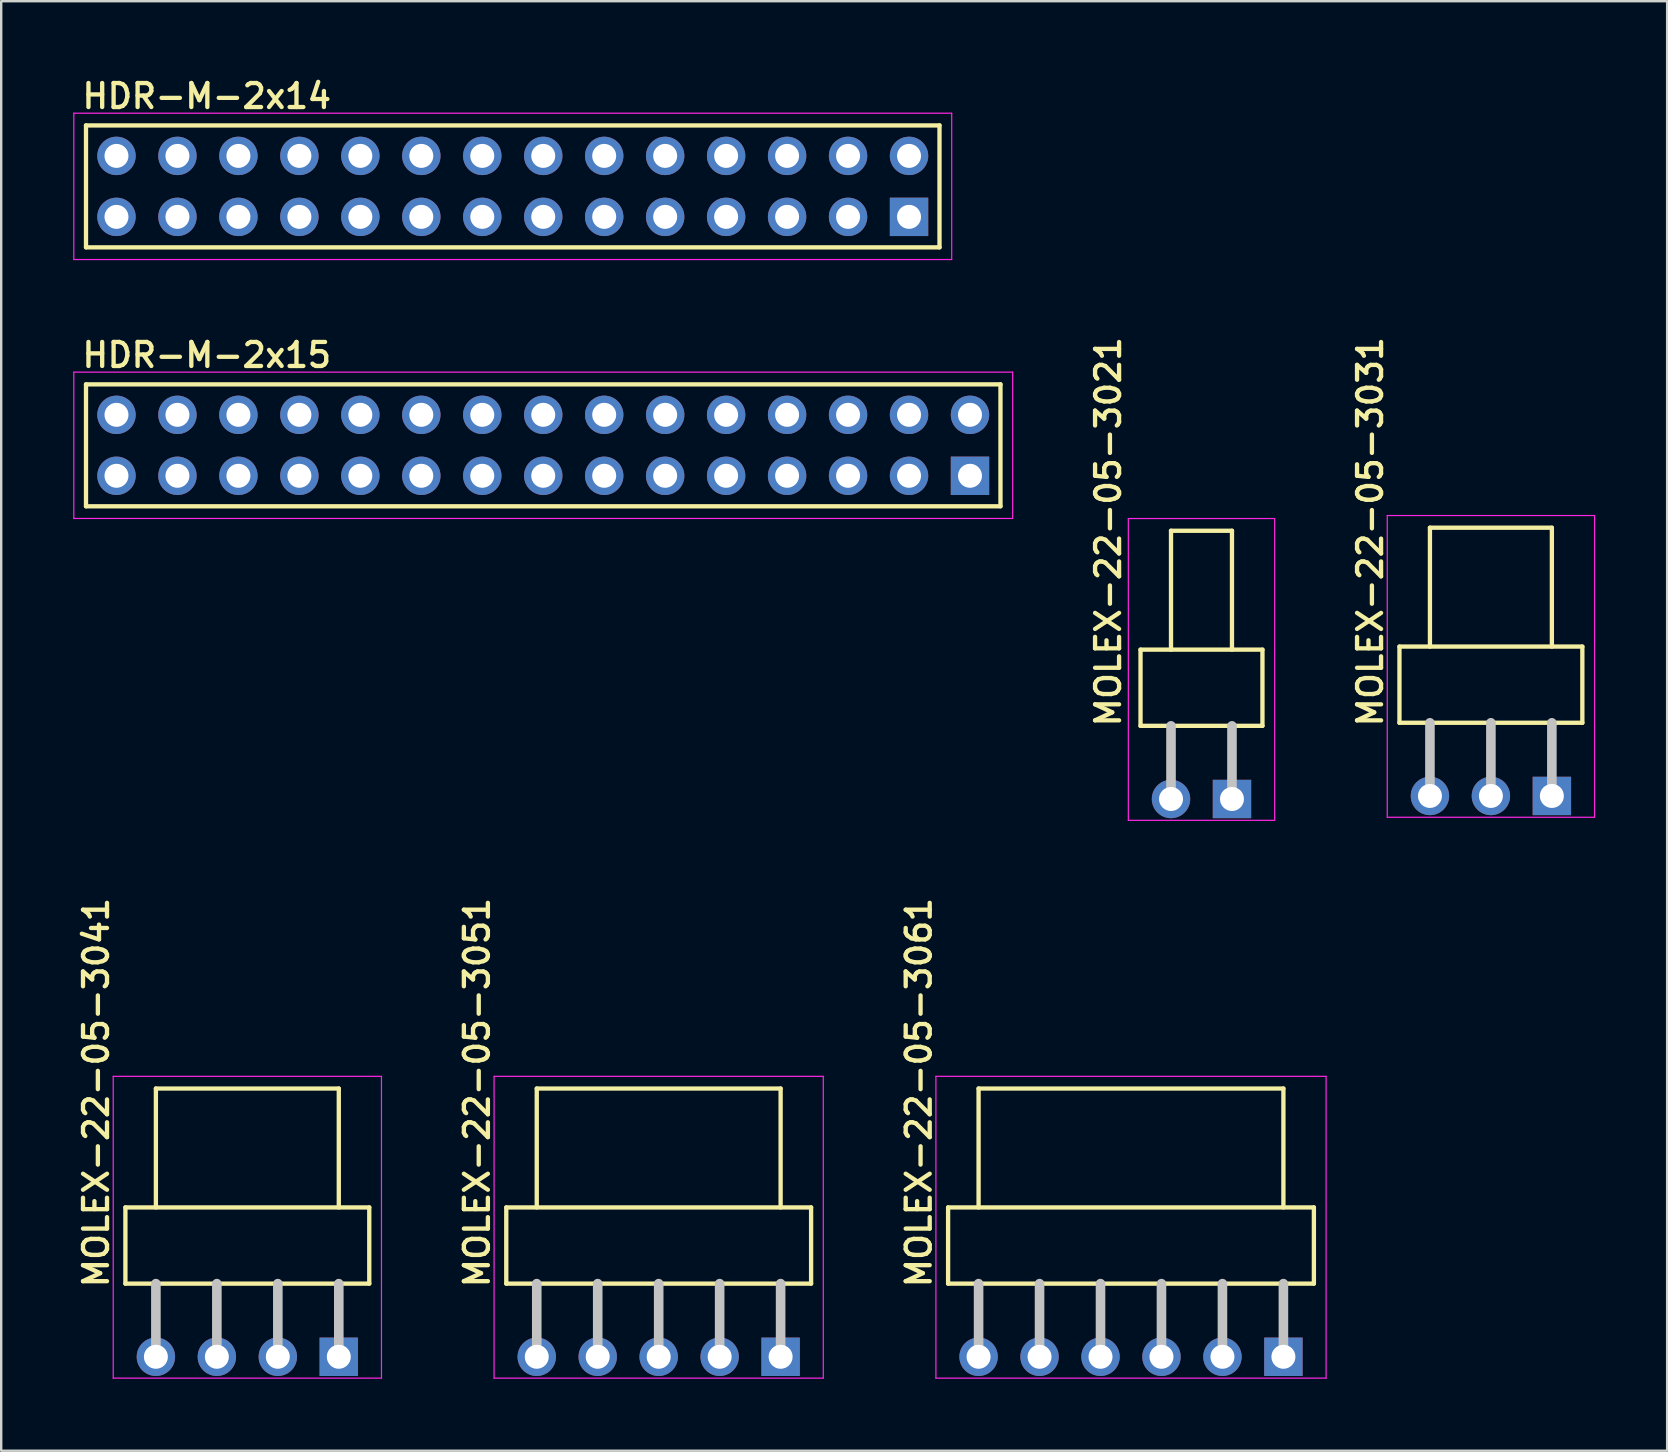
<source format=kicad_pcb>
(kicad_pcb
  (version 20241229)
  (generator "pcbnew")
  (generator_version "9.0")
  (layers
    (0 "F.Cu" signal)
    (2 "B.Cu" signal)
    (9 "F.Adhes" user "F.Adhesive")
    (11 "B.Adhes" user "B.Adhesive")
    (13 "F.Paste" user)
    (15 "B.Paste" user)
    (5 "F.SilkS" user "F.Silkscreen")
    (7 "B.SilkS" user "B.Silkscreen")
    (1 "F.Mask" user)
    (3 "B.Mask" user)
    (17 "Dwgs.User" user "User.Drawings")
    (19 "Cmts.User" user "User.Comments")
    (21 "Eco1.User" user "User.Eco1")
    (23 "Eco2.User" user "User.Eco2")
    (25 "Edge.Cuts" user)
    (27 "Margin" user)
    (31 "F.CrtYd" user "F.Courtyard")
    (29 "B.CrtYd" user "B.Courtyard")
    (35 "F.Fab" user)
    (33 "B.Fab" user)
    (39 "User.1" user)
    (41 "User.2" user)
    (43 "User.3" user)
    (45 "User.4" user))
  (footprint "HDR-M-2x15"
    (layer "F.Cu")
    (at 19.583 15.503)
    (property "Reference" "HDR-M-2x15" (at -19.304 -3.175 0) (layer "F.SilkS") (effects (font (size 1 1) (thickness 0.18)) (justify left bottom)))
    (attr through_hole)
    (fp_line (start -19.05 -2.54) (end 19.05 -2.54) (stroke (width 0.18) (type solid)) (layer "F.SilkS"))
    (fp_line (start -19.05 2.54) (end -19.05 -2.54) (stroke (width 0.18) (type solid)) (layer "F.SilkS"))
    (fp_line (start 19.05 -2.54) (end 19.05 2.54) (stroke (width 0.18) (type solid)) (layer "F.SilkS"))
    (fp_line (start 19.05 2.54) (end -19.05 2.54) (stroke (width 0.18) (type solid)) (layer "F.SilkS"))
    (fp_line (start -19.558 -3.048) (end 19.558 -3.048) (stroke (width 0.05) (type solid)) (layer "F.CrtYd"))
    (fp_line (start -19.558 3.048) (end -19.558 -3.048) (stroke (width 0.05) (type solid)) (layer "F.CrtYd"))
    (fp_line (start 19.558 -3.048) (end 19.558 3.048) (stroke (width 0.05) (type solid)) (layer "F.CrtYd"))
    (fp_line (start 19.558 3.048) (end -19.558 3.048) (stroke (width 0.05) (type solid)) (layer "F.CrtYd"))
    (pad "1" thru_hole rect (at 17.78 1.27) (size 1.6 1.6) (drill 1) (layers "*.Cu" "*.Mask"))
    (pad "2" thru_hole circle (at 17.78 -1.27) (size 1.6 1.6) (drill 1) (layers "*.Cu" "*.Mask"))
    (pad "3" thru_hole circle (at 15.24 1.27) (size 1.6 1.6) (drill 1) (layers "*.Cu" "*.Mask"))
    (pad "4" thru_hole circle (at 15.24 -1.27) (size 1.6 1.6) (drill 1) (layers "*.Cu" "*.Mask"))
    (pad "5" thru_hole circle (at 12.7 1.27) (size 1.6 1.6) (drill 1) (layers "*.Cu" "*.Mask"))
    (pad "6" thru_hole circle (at 12.7 -1.27) (size 1.6 1.6) (drill 1) (layers "*.Cu" "*.Mask"))
    (pad "7" thru_hole circle (at 10.16 1.27) (size 1.6 1.6) (drill 1) (layers "*.Cu" "*.Mask"))
    (pad "8" thru_hole circle (at 10.16 -1.27) (size 1.6 1.6) (drill 1) (layers "*.Cu" "*.Mask"))
    (pad "9" thru_hole circle (at 7.62 1.27) (size 1.6 1.6) (drill 1) (layers "*.Cu" "*.Mask"))
    (pad "10" thru_hole circle (at 7.62 -1.27) (size 1.6 1.6) (drill 1) (layers "*.Cu" "*.Mask"))
    (pad "11" thru_hole circle (at 5.08 1.27) (size 1.6 1.6) (drill 1) (layers "*.Cu" "*.Mask"))
    (pad "12" thru_hole circle (at 5.08 -1.27) (size 1.6 1.6) (drill 1) (layers "*.Cu" "*.Mask"))
    (pad "13" thru_hole circle (at 2.54 1.27) (size 1.6 1.6) (drill 1) (layers "*.Cu" "*.Mask"))
    (pad "14" thru_hole circle (at 2.54 -1.27) (size 1.6 1.6) (drill 1) (layers "*.Cu" "*.Mask"))
    (pad "15" thru_hole circle (at 0 1.27) (size 1.6 1.6) (drill 1) (layers "*.Cu" "*.Mask"))
    (pad "16" thru_hole circle (at 0 -1.27) (size 1.6 1.6) (drill 1) (layers "*.Cu" "*.Mask"))
    (pad "17" thru_hole circle (at -2.54 1.27) (size 1.6 1.6) (drill 1) (layers "*.Cu" "*.Mask"))
    (pad "18" thru_hole circle (at -2.54 -1.27) (size 1.6 1.6) (drill 1) (layers "*.Cu" "*.Mask"))
    (pad "19" thru_hole circle (at -5.08 1.27) (size 1.6 1.6) (drill 1) (layers "*.Cu" "*.Mask"))
    (pad "20" thru_hole circle (at -5.08 -1.27) (size 1.6 1.6) (drill 1) (layers "*.Cu" "*.Mask"))
    (pad "21" thru_hole circle (at -7.62 1.27) (size 1.6 1.6) (drill 1) (layers "*.Cu" "*.Mask"))
    (pad "22" thru_hole circle (at -7.62 -1.27) (size 1.6 1.6) (drill 1) (layers "*.Cu" "*.Mask"))
    (pad "23" thru_hole circle (at -10.16 1.27) (size 1.6 1.6) (drill 1) (layers "*.Cu" "*.Mask"))
    (pad "24" thru_hole circle (at -10.16 -1.27) (size 1.6 1.6) (drill 1) (layers "*.Cu" "*.Mask"))
    (pad "25" thru_hole circle (at -12.7 1.27) (size 1.6 1.6) (drill 1) (layers "*.Cu" "*.Mask"))
    (pad "26" thru_hole circle (at -12.7 -1.27) (size 1.6 1.6) (drill 1) (layers "*.Cu" "*.Mask"))
    (pad "27" thru_hole circle (at -15.24 1.27) (size 1.6 1.6) (drill 1) (layers "*.Cu" "*.Mask"))
    (pad "28" thru_hole circle (at -15.24 -1.27) (size 1.6 1.6) (drill 1) (layers "*.Cu" "*.Mask"))
    (pad "29" thru_hole circle (at -17.78 1.27) (size 1.6 1.6) (drill 1) (layers "*.Cu" "*.Mask"))
    (pad "30" thru_hole circle (at -17.78 -1.27) (size 1.6 1.6) (drill 1) (layers "*.Cu" "*.Mask")))
  (footprint "HDR-M-2x14"
    (layer "F.Cu")
    (at 18.313 4.715)
    (property "Reference" "HDR-M-2x14" (at -18.034 -3.175 0) (layer "F.SilkS") (effects (font (size 1 1) (thickness 0.18)) (justify left bottom)))
    (attr through_hole)
    (fp_line (start -17.78 -2.54) (end 17.78 -2.54) (stroke (width 0.18) (type solid)) (layer "F.SilkS"))
    (fp_line (start -17.78 2.54) (end -17.78 -2.54) (stroke (width 0.18) (type solid)) (layer "F.SilkS"))
    (fp_line (start 17.78 -2.54) (end 17.78 2.54) (stroke (width 0.18) (type solid)) (layer "F.SilkS"))
    (fp_line (start 17.78 2.54) (end -17.78 2.54) (stroke (width 0.18) (type solid)) (layer "F.SilkS"))
    (fp_line (start -18.288 -3.048) (end 18.288 -3.048) (stroke (width 0.05) (type solid)) (layer "F.CrtYd"))
    (fp_line (start -18.288 3.048) (end -18.288 -3.048) (stroke (width 0.05) (type solid)) (layer "F.CrtYd"))
    (fp_line (start 18.288 -3.048) (end 18.288 3.048) (stroke (width 0.05) (type solid)) (layer "F.CrtYd"))
    (fp_line (start 18.288 3.048) (end -18.288 3.048) (stroke (width 0.05) (type solid)) (layer "F.CrtYd"))
    (pad "1" thru_hole rect (at 16.51 1.27) (size 1.6 1.6) (drill 1) (layers "*.Cu" "*.Mask"))
    (pad "2" thru_hole circle (at 16.51 -1.27) (size 1.6 1.6) (drill 1) (layers "*.Cu" "*.Mask"))
    (pad "3" thru_hole circle (at 13.97 1.27) (size 1.6 1.6) (drill 1) (layers "*.Cu" "*.Mask"))
    (pad "4" thru_hole circle (at 13.97 -1.27) (size 1.6 1.6) (drill 1) (layers "*.Cu" "*.Mask"))
    (pad "5" thru_hole circle (at 11.43 1.27) (size 1.6 1.6) (drill 1) (layers "*.Cu" "*.Mask"))
    (pad "6" thru_hole circle (at 11.43 -1.27) (size 1.6 1.6) (drill 1) (layers "*.Cu" "*.Mask"))
    (pad "7" thru_hole circle (at 8.89 1.27) (size 1.6 1.6) (drill 1) (layers "*.Cu" "*.Mask"))
    (pad "8" thru_hole circle (at 8.89 -1.27) (size 1.6 1.6) (drill 1) (layers "*.Cu" "*.Mask"))
    (pad "9" thru_hole circle (at 6.35 1.27) (size 1.6 1.6) (drill 1) (layers "*.Cu" "*.Mask"))
    (pad "10" thru_hole circle (at 6.35 -1.27) (size 1.6 1.6) (drill 1) (layers "*.Cu" "*.Mask"))
    (pad "11" thru_hole circle (at 3.81 1.27) (size 1.6 1.6) (drill 1) (layers "*.Cu" "*.Mask"))
    (pad "12" thru_hole circle (at 3.81 -1.27) (size 1.6 1.6) (drill 1) (layers "*.Cu" "*.Mask"))
    (pad "13" thru_hole circle (at 1.27 1.27) (size 1.6 1.6) (drill 1) (layers "*.Cu" "*.Mask"))
    (pad "14" thru_hole circle (at 1.27 -1.27) (size 1.6 1.6) (drill 1) (layers "*.Cu" "*.Mask"))
    (pad "15" thru_hole circle (at -1.27 1.27) (size 1.6 1.6) (drill 1) (layers "*.Cu" "*.Mask"))
    (pad "16" thru_hole circle (at -1.27 -1.27) (size 1.6 1.6) (drill 1) (layers "*.Cu" "*.Mask"))
    (pad "17" thru_hole circle (at -3.81 1.27) (size 1.6 1.6) (drill 1) (layers "*.Cu" "*.Mask"))
    (pad "18" thru_hole circle (at -3.81 -1.27) (size 1.6 1.6) (drill 1) (layers "*.Cu" "*.Mask"))
    (pad "19" thru_hole circle (at -6.35 1.27) (size 1.6 1.6) (drill 1) (layers "*.Cu" "*.Mask"))
    (pad "20" thru_hole circle (at -6.35 -1.27) (size 1.6 1.6) (drill 1) (layers "*.Cu" "*.Mask"))
    (pad "21" thru_hole circle (at -8.89 1.27) (size 1.6 1.6) (drill 1) (layers "*.Cu" "*.Mask"))
    (pad "22" thru_hole circle (at -8.89 -1.27) (size 1.6 1.6) (drill 1) (layers "*.Cu" "*.Mask"))
    (pad "23" thru_hole circle (at -11.43 1.27) (size 1.6 1.6) (drill 1) (layers "*.Cu" "*.Mask"))
    (pad "24" thru_hole circle (at -11.43 -1.27) (size 1.6 1.6) (drill 1) (layers "*.Cu" "*.Mask"))
    (pad "25" thru_hole circle (at -13.97 1.27) (size 1.6 1.6) (drill 1) (layers "*.Cu" "*.Mask"))
    (pad "26" thru_hole circle (at -13.97 -1.27) (size 1.6 1.6) (drill 1) (layers "*.Cu" "*.Mask"))
    (pad "27" thru_hole circle (at -16.51 1.27) (size 1.6 1.6) (drill 1) (layers "*.Cu" "*.Mask"))
    (pad "28" thru_hole circle (at -16.51 -1.27) (size 1.6 1.6) (drill 1) (layers "*.Cu" "*.Mask")))
  (footprint "MOLEX-22-05-3021"
    (layer "F.Cu")
    (at 47.008 30.239)
    (property "Reference" "MOLEX-22-05-3021" (at -3.302 -2.921 90) (layer "F.SilkS") (effects (font (size 1 1) (thickness 0.18)) (justify left bottom)))
    (attr through_hole)
    (fp_line (start -2.54 -6.223) (end -2.54 -3.048) (stroke (width 0.18) (type solid)) (layer "F.SilkS"))
    (fp_line (start -2.54 -3.048) (end 2.54 -3.048) (stroke (width 0.18) (type solid)) (layer "F.SilkS"))
    (fp_line (start -1.27 -11.176) (end 1.27 -11.176) (stroke (width 0.18) (type solid)) (layer "F.SilkS"))
    (fp_line (start -1.27 -6.223) (end -1.27 -11.176) (stroke (width 0.18) (type solid)) (layer "F.SilkS"))
    (fp_line (start 1.27 -6.223) (end 1.27 -11.176) (stroke (width 0.18) (type solid)) (layer "F.SilkS"))
    (fp_line (start 2.54 -6.223) (end -2.54 -6.223) (stroke (width 0.18) (type solid)) (layer "F.SilkS"))
    (fp_line (start 2.54 -3.048) (end 2.54 -6.223) (stroke (width 0.18) (type solid)) (layer "F.SilkS"))
    (fp_line (start -1.27 -3.048) (end -1.27 0) (stroke (width 0.4) (type solid)) (layer "Dwgs.User"))
    (fp_line (start 1.27 -3.048) (end 1.27 0) (stroke (width 0.4) (type solid)) (layer "Dwgs.User"))
    (fp_line (start -3.048 -11.684) (end 3.048 -11.684) (stroke (width 0.05) (type solid)) (layer "F.CrtYd"))
    (fp_line (start -3.048 0.889) (end -3.048 -11.684) (stroke (width 0.05) (type solid)) (layer "F.CrtYd"))
    (fp_line (start 3.048 -11.684) (end 3.048 0.889) (stroke (width 0.05) (type solid)) (layer "F.CrtYd"))
    (fp_line (start 3.048 0.889) (end -3.048 0.889) (stroke (width 0.05) (type solid)) (layer "F.CrtYd"))
    (pad "1" thru_hole rect (at 1.27 0) (size 1.6 1.6) (drill 1) (layers "*.Cu" "*.Mask"))
    (pad "2" thru_hole circle (at -1.27 0) (size 1.6 1.6) (drill 1) (layers "*.Cu" "*.Mask")))
  (footprint "MOLEX-22-05-3051"
    (layer "F.Cu")
    (at 24.393 53.478)
    (property "Reference" "MOLEX-22-05-3051" (at -6.985 -2.794 90) (layer "F.SilkS") (effects (font (size 1 1) (thickness 0.18)) (justify left bottom)))
    (attr through_hole)
    (fp_line (start -6.35 -6.223) (end -6.35 -3.048) (stroke (width 0.18) (type solid)) (layer "F.SilkS"))
    (fp_line (start -6.35 -3.048) (end 6.35 -3.048) (stroke (width 0.18) (type solid)) (layer "F.SilkS"))
    (fp_line (start -5.08 -11.176) (end 5.08 -11.176) (stroke (width 0.18) (type solid)) (layer "F.SilkS"))
    (fp_line (start -5.08 -6.223) (end -5.08 -11.176) (stroke (width 0.18) (type solid)) (layer "F.SilkS"))
    (fp_line (start 5.08 -6.223) (end 5.08 -11.176) (stroke (width 0.18) (type solid)) (layer "F.SilkS"))
    (fp_line (start 6.35 -6.223) (end -6.35 -6.223) (stroke (width 0.18) (type solid)) (layer "F.SilkS"))
    (fp_line (start 6.35 -3.048) (end 6.35 -6.223) (stroke (width 0.18) (type solid)) (layer "F.SilkS"))
    (fp_line (start -5.08 -3.048) (end -5.08 0) (stroke (width 0.4) (type solid)) (layer "Dwgs.User"))
    (fp_line (start -2.54 -3.048) (end -2.54 0) (stroke (width 0.4) (type solid)) (layer "Dwgs.User"))
    (fp_line (start 0 -3.048) (end 0 0) (stroke (width 0.4) (type solid)) (layer "Dwgs.User"))
    (fp_line (start 2.54 -3.048) (end 2.54 0) (stroke (width 0.4) (type solid)) (layer "Dwgs.User"))
    (fp_line (start 5.08 -3.048) (end 5.08 0) (stroke (width 0.4) (type solid)) (layer "Dwgs.User"))
    (fp_line (start -6.858 -11.684) (end 6.858 -11.684) (stroke (width 0.05) (type solid)) (layer "F.CrtYd"))
    (fp_line (start -6.858 0.889) (end -6.858 -11.684) (stroke (width 0.05) (type solid)) (layer "F.CrtYd"))
    (fp_line (start 6.858 -11.684) (end 6.858 0.889) (stroke (width 0.05) (type solid)) (layer "F.CrtYd"))
    (fp_line (start 6.858 0.889) (end -6.858 0.889) (stroke (width 0.05) (type solid)) (layer "F.CrtYd"))
    (pad "1" thru_hole rect (at 5.08 0) (size 1.6 1.6) (drill 1) (layers "*.Cu" "*.Mask"))
    (pad "2" thru_hole circle (at 2.54 0) (size 1.6 1.6) (drill 1) (layers "*.Cu" "*.Mask"))
    (pad "3" thru_hole circle (at 0 0) (size 1.6 1.6) (drill 1) (layers "*.Cu" "*.Mask"))
    (pad "4" thru_hole circle (at -2.54 0) (size 1.6 1.6) (drill 1) (layers "*.Cu" "*.Mask"))
    (pad "5" thru_hole circle (at -5.08 0) (size 1.6 1.6) (drill 1) (layers "*.Cu" "*.Mask")))
  (footprint "MOLEX-22-05-3061"
    (layer "F.Cu")
    (at 44.071 53.478)
    (property "Reference" "MOLEX-22-05-3061" (at -8.255 -2.794 90) (layer "F.SilkS") (effects (font (size 1 1) (thickness 0.18)) (justify left bottom)))
    (attr through_hole)
    (fp_line (start -7.62 -6.223) (end -7.62 -3.048) (stroke (width 0.18) (type solid)) (layer "F.SilkS"))
    (fp_line (start -7.62 -3.048) (end 7.62 -3.048) (stroke (width 0.18) (type solid)) (layer "F.SilkS"))
    (fp_line (start -6.35 -6.223) (end -6.35 -11.176) (stroke (width 0.18) (type solid)) (layer "F.SilkS"))
    (fp_line (start 6.35 -11.176) (end -6.35 -11.176) (stroke (width 0.18) (type solid)) (layer "F.SilkS"))
    (fp_line (start 6.35 -6.223) (end 6.35 -11.176) (stroke (width 0.18) (type solid)) (layer "F.SilkS"))
    (fp_line (start 7.62 -6.223) (end -7.62 -6.223) (stroke (width 0.18) (type solid)) (layer "F.SilkS"))
    (fp_line (start 7.62 -3.048) (end 7.62 -6.223) (stroke (width 0.18) (type solid)) (layer "F.SilkS"))
    (fp_line (start -6.35 -3.048) (end -6.35 0) (stroke (width 0.4) (type solid)) (layer "Dwgs.User"))
    (fp_line (start -3.81 -3.048) (end -3.81 0) (stroke (width 0.4) (type solid)) (layer "Dwgs.User"))
    (fp_line (start -1.27 -3.048) (end -1.27 0) (stroke (width 0.4) (type solid)) (layer "Dwgs.User"))
    (fp_line (start 1.27 -3.048) (end 1.27 0) (stroke (width 0.4) (type solid)) (layer "Dwgs.User"))
    (fp_line (start 3.81 -3.048) (end 3.81 0) (stroke (width 0.4) (type solid)) (layer "Dwgs.User"))
    (fp_line (start 6.35 -3.048) (end 6.35 0) (stroke (width 0.4) (type solid)) (layer "Dwgs.User"))
    (fp_line (start -8.128 -11.684) (end 8.128 -11.684) (stroke (width 0.05) (type solid)) (layer "F.CrtYd"))
    (fp_line (start -8.128 0.889) (end -8.128 -11.684) (stroke (width 0.05) (type solid)) (layer "F.CrtYd"))
    (fp_line (start 8.128 -11.684) (end 8.128 0.889) (stroke (width 0.05) (type solid)) (layer "F.CrtYd"))
    (fp_line (start 8.128 0.889) (end -8.128 0.889) (stroke (width 0.05) (type solid)) (layer "F.CrtYd"))
    (pad "1" thru_hole rect (at 6.35 0) (size 1.6 1.6) (drill 1) (layers "*.Cu" "*.Mask"))
    (pad "2" thru_hole circle (at 3.81 0) (size 1.6 1.6) (drill 1) (layers "*.Cu" "*.Mask"))
    (pad "3" thru_hole circle (at 1.27 0) (size 1.6 1.6) (drill 1) (layers "*.Cu" "*.Mask"))
    (pad "4" thru_hole circle (at -1.27 0) (size 1.6 1.6) (drill 1) (layers "*.Cu" "*.Mask"))
    (pad "5" thru_hole circle (at -3.81 0) (size 1.6 1.6) (drill 1) (layers "*.Cu" "*.Mask"))
    (pad "6" thru_hole circle (at -6.35 0) (size 1.6 1.6) (drill 1) (layers "*.Cu" "*.Mask")))
  (footprint "MOLEX-22-05-3041"
    (layer "F.Cu")
    (at 7.255 53.478)
    (property "Reference" "MOLEX-22-05-3041" (at -5.715 -2.794 90) (layer "F.SilkS") (effects (font (size 1 1) (thickness 0.18)) (justify left bottom)))
    (attr through_hole)
    (fp_line (start -5.08 -6.223) (end -5.08 -3.048) (stroke (width 0.18) (type solid)) (layer "F.SilkS"))
    (fp_line (start -5.08 -3.048) (end 5.08 -3.048) (stroke (width 0.18) (type solid)) (layer "F.SilkS"))
    (fp_line (start -3.81 -6.223) (end -3.81 -11.176) (stroke (width 0.18) (type solid)) (layer "F.SilkS"))
    (fp_line (start 3.81 -11.176) (end -3.81 -11.176) (stroke (width 0.18) (type solid)) (layer "F.SilkS"))
    (fp_line (start 3.81 -6.223) (end 3.81 -11.176) (stroke (width 0.18) (type solid)) (layer "F.SilkS"))
    (fp_line (start 5.08 -6.223) (end -5.08 -6.223) (stroke (width 0.18) (type solid)) (layer "F.SilkS"))
    (fp_line (start 5.08 -3.048) (end 5.08 -6.223) (stroke (width 0.18) (type solid)) (layer "F.SilkS"))
    (fp_line (start -3.81 -3.048) (end -3.81 0) (stroke (width 0.4) (type solid)) (layer "Dwgs.User"))
    (fp_line (start -1.27 -3.048) (end -1.27 0) (stroke (width 0.4) (type solid)) (layer "Dwgs.User"))
    (fp_line (start 1.27 -3.048) (end 1.27 0) (stroke (width 0.4) (type solid)) (layer "Dwgs.User"))
    (fp_line (start 3.81 -3.048) (end 3.81 0) (stroke (width 0.4) (type solid)) (layer "Dwgs.User"))
    (fp_line (start -5.588 -11.684) (end 5.588 -11.684) (stroke (width 0.05) (type solid)) (layer "F.CrtYd"))
    (fp_line (start -5.588 0.889) (end -5.588 -11.684) (stroke (width 0.05) (type solid)) (layer "F.CrtYd"))
    (fp_line (start 5.588 -11.684) (end 5.588 0.889) (stroke (width 0.05) (type solid)) (layer "F.CrtYd"))
    (fp_line (start 5.588 0.889) (end -5.588 0.889) (stroke (width 0.05) (type solid)) (layer "F.CrtYd"))
    (pad "1" thru_hole rect (at 3.81 0) (size 1.6 1.6) (drill 1) (layers "*.Cu" "*.Mask"))
    (pad "2" thru_hole circle (at 1.27 0) (size 1.6 1.6) (drill 1) (layers "*.Cu" "*.Mask"))
    (pad "3" thru_hole circle (at -1.27 0) (size 1.6 1.6) (drill 1) (layers "*.Cu" "*.Mask"))
    (pad "4" thru_hole circle (at -3.81 0) (size 1.6 1.6) (drill 1) (layers "*.Cu" "*.Mask")))
  (footprint "MOLEX-22-05-3031"
    (layer "F.Cu")
    (at 59.066 30.112)
    (property "Reference" "MOLEX-22-05-3031" (at -4.445 -2.794 90) (layer "F.SilkS") (effects (font (size 1 1) (thickness 0.18)) (justify left bottom)))
    (attr through_hole)
    (fp_line (start -3.81 -6.223) (end -3.81 -3.048) (stroke (width 0.18) (type solid)) (layer "F.SilkS"))
    (fp_line (start -3.81 -3.048) (end 3.81 -3.048) (stroke (width 0.18) (type solid)) (layer "F.SilkS"))
    (fp_line (start -2.54 -11.176) (end 2.54 -11.176) (stroke (width 0.18) (type solid)) (layer "F.SilkS"))
    (fp_line (start -2.54 -6.223) (end -2.54 -11.176) (stroke (width 0.18) (type solid)) (layer "F.SilkS"))
    (fp_line (start 2.54 -6.223) (end 2.54 -11.176) (stroke (width 0.18) (type solid)) (layer "F.SilkS"))
    (fp_line (start 3.81 -6.223) (end -3.81 -6.223) (stroke (width 0.18) (type solid)) (layer "F.SilkS"))
    (fp_line (start 3.81 -3.048) (end 3.81 -6.223) (stroke (width 0.18) (type solid)) (layer "F.SilkS"))
    (fp_line (start -2.54 -3.048) (end -2.54 0) (stroke (width 0.4) (type solid)) (layer "Dwgs.User"))
    (fp_line (start 0 -3.048) (end 0 0) (stroke (width 0.4) (type solid)) (layer "Dwgs.User"))
    (fp_line (start 2.54 -3.048) (end 2.54 0) (stroke (width 0.4) (type solid)) (layer "Dwgs.User"))
    (fp_line (start -4.318 -11.684) (end 4.318 -11.684) (stroke (width 0.05) (type solid)) (layer "F.CrtYd"))
    (fp_line (start -4.318 0.889) (end -4.318 -11.684) (stroke (width 0.05) (type solid)) (layer "F.CrtYd"))
    (fp_line (start 4.318 -11.684) (end 4.318 0.889) (stroke (width 0.05) (type solid)) (layer "F.CrtYd"))
    (fp_line (start 4.318 0.889) (end -4.318 0.889) (stroke (width 0.05) (type solid)) (layer "F.CrtYd"))
    (pad "1" thru_hole rect (at 2.54 0) (size 1.6 1.6) (drill 1) (layers "*.Cu" "*.Mask"))
    (pad "2" thru_hole circle (at 0 0) (size 1.6 1.6) (drill 1) (layers "*.Cu" "*.Mask"))
    (pad "3" thru_hole circle (at -2.54 0) (size 1.6 1.6) (drill 1) (layers "*.Cu" "*.Mask")))
  (gr_rect
    (start -3 -3)
    (end 66.409 57.392)
    (stroke (width 0.1) (type default))
    (fill no)
    (layer "Edge.Cuts")))
</source>
